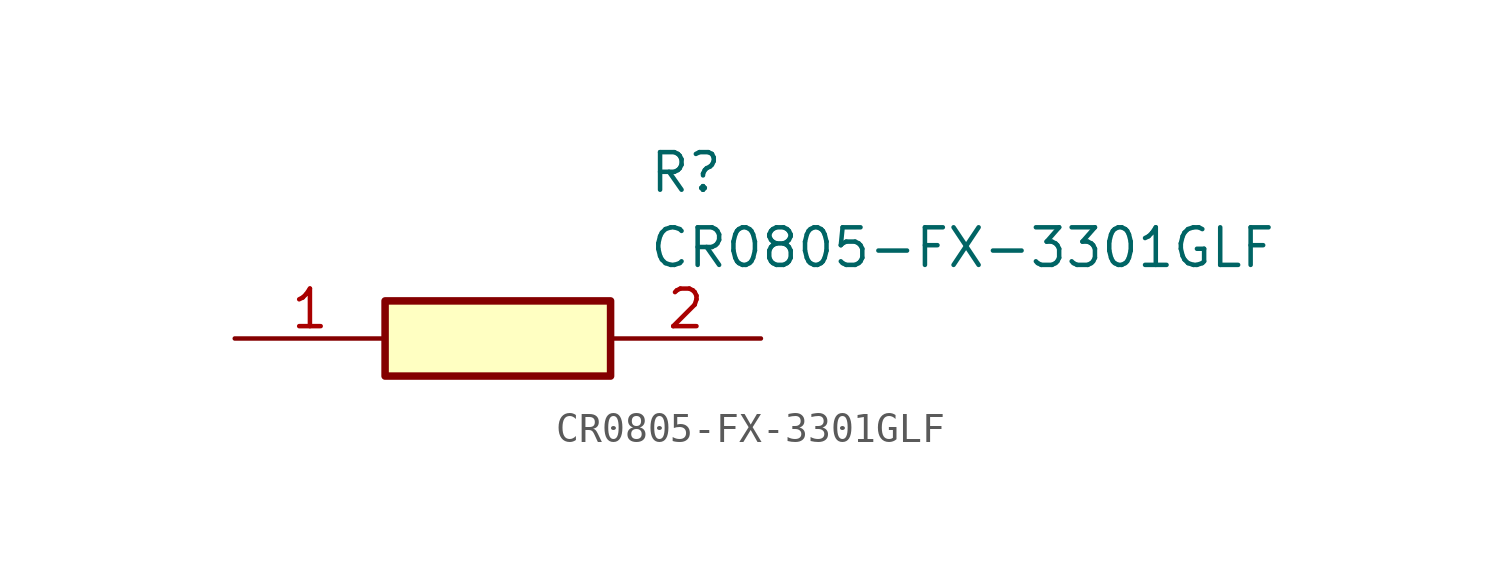
<source format=kicad_sym>
(kicad_symbol_lib
  (version 20211014)
  (generator SamacSys_ECAD_Model)
  (symbol "CR0805-FX-3301GLF"
    (pin_names hide)
    (property "Reference" "R"
      (at 13.97 6.35 0)
      (effects (font (size 1.27 1.27)) (justify left top)))
    (property "Value" "CR0805-FX-3301GLF"
      (at 13.97 3.81 0)
      (effects (font (size 1.27 1.27)) (justify left top)))
    (rectangle
      (start 5.08 1.27)
      (end 12.7 -1.27)
      (stroke (width 0.254) (type default))
      (fill (type background)))
    (pin passive line
      (at 0 0 0)
      (length 5.08)
      (name "1" (effects (font (size 1.27 1.27))))
      (number "1" (effects (font (size 1.27 1.27)))))
    (pin passive line
      (at 17.78 0 180)
      (length 5.08)
      (name "2" (effects (font (size 1.27 1.27))))
      (number "2" (effects (font (size 1.27 1.27)))))))
</source>
